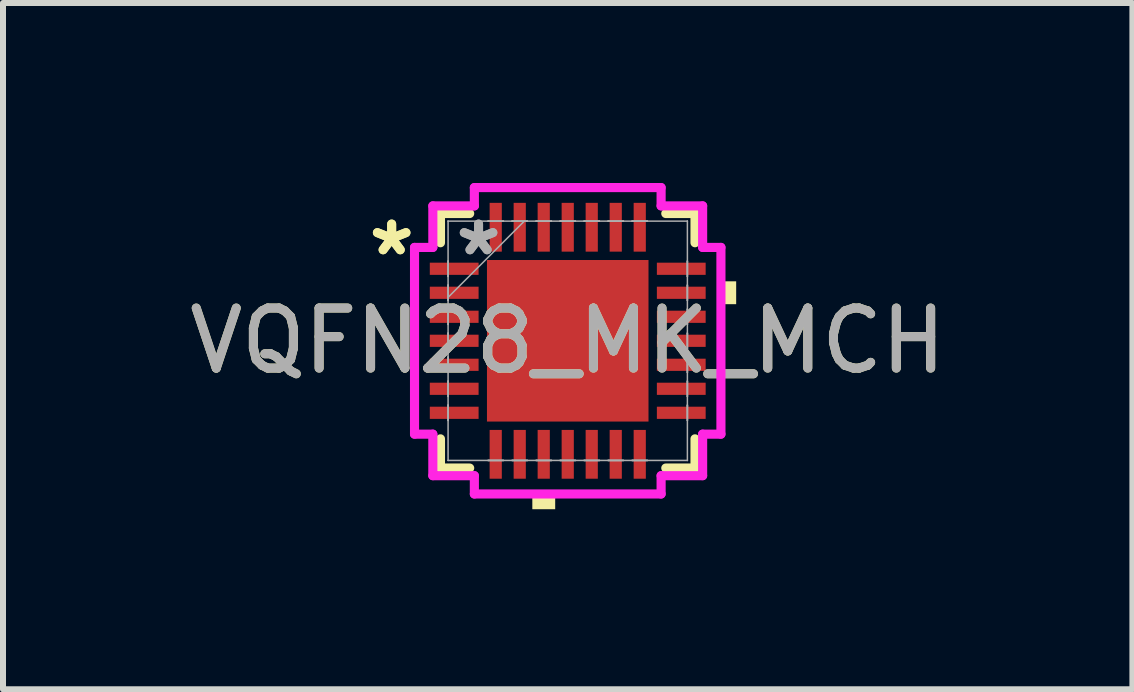
<source format=kicad_pcb>
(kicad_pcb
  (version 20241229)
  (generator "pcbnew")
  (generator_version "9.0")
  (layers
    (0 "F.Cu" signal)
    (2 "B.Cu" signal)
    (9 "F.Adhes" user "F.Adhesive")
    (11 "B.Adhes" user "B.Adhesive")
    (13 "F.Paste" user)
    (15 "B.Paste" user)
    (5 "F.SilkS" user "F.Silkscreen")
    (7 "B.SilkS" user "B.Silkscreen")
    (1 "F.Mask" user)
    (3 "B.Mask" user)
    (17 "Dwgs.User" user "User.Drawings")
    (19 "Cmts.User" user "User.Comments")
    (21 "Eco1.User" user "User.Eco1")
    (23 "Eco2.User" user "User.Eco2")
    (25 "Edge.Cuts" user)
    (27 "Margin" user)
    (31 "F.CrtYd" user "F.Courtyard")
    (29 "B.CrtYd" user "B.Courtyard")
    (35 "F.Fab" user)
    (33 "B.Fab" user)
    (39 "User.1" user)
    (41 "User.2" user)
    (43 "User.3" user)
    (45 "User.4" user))
  (footprint "VQFN28_MK_MCH"
    (layer "F.Cu")
    (at 6.411 2.629)
    (property "Reference" "VQFN28_MK_MCH" (at 0 0 0) (unlocked yes) (layer "F.SilkS") (effects (font (size 1 1) (thickness 0.15))))
    (attr smd)
    (fp_line (start -2.121 -2.121) (end -2.121 -1.634) (stroke (width 0.152) (type solid)) (layer "F.SilkS"))
    (fp_line (start -2.121 1.634) (end -2.121 2.121) (stroke (width 0.152) (type solid)) (layer "F.SilkS"))
    (fp_line (start -2.121 2.121) (end -1.634 2.121) (stroke (width 0.152) (type solid)) (layer "F.SilkS"))
    (fp_line (start -1.634 -2.121) (end -2.121 -2.121) (stroke (width 0.152) (type solid)) (layer "F.SilkS"))
    (fp_line (start 1.634 2.121) (end 2.121 2.121) (stroke (width 0.152) (type solid)) (layer "F.SilkS"))
    (fp_line (start 2.121 -2.121) (end 1.634 -2.121) (stroke (width 0.152) (type solid)) (layer "F.SilkS"))
    (fp_line (start 2.121 -1.634) (end 2.121 -2.121) (stroke (width 0.152) (type solid)) (layer "F.SilkS"))
    (fp_line (start 2.121 2.121) (end 2.121 1.634) (stroke (width 0.152) (type solid)) (layer "F.SilkS"))
    (fp_poly (pts (xy -0.59 2.553) (xy -0.59 2.807) (xy -0.209 2.807) (xy -0.209 2.553)) (stroke (width 0) (type solid)) (fill yes) (layer "F.SilkS"))
    (fp_poly (pts (xy 2.807 -0.991) (xy 2.807 -0.61) (xy 2.553 -0.61) (xy 2.553 -0.991)) (stroke (width 0) (type solid)) (fill yes) (layer "F.SilkS"))
    (fp_poly (pts (xy -1.246 -1.246) (xy -1.246 -0.1) (xy -0.1 -0.1) (xy -0.1 -1.246)) (stroke (width 0) (type solid)) (fill yes) (layer "F.Paste"))
    (fp_poly (pts (xy -1.246 0.1) (xy -1.246 1.246) (xy -0.1 1.246) (xy -0.1 0.1)) (stroke (width 0) (type solid)) (fill yes) (layer "F.Paste"))
    (fp_poly (pts (xy 0.1 -1.246) (xy 0.1 -0.1) (xy 1.246 -0.1) (xy 1.246 -1.246)) (stroke (width 0) (type solid)) (fill yes) (layer "F.Paste"))
    (fp_poly (pts (xy 0.1 0.1) (xy 0.1 1.246) (xy 1.246 1.246) (xy 1.246 0.1)) (stroke (width 0) (type solid)) (fill yes) (layer "F.Paste"))
    (fp_line (start -2.553 -1.556) (end -2.248 -1.556) (stroke (width 0.152) (type solid)) (layer "F.CrtYd"))
    (fp_line (start -2.553 1.556) (end -2.553 -1.556) (stroke (width 0.152) (type solid)) (layer "F.CrtYd"))
    (fp_line (start -2.248 -2.248) (end -1.556 -2.248) (stroke (width 0.152) (type solid)) (layer "F.CrtYd"))
    (fp_line (start -2.248 -1.556) (end -2.248 -2.248) (stroke (width 0.152) (type solid)) (layer "F.CrtYd"))
    (fp_line (start -2.248 1.556) (end -2.553 1.556) (stroke (width 0.152) (type solid)) (layer "F.CrtYd"))
    (fp_line (start -2.248 2.248) (end -2.248 1.556) (stroke (width 0.152) (type solid)) (layer "F.CrtYd"))
    (fp_line (start -1.556 -2.553) (end 1.556 -2.553) (stroke (width 0.152) (type solid)) (layer "F.CrtYd"))
    (fp_line (start -1.556 -2.248) (end -1.556 -2.553) (stroke (width 0.152) (type solid)) (layer "F.CrtYd"))
    (fp_line (start -1.556 2.248) (end -2.248 2.248) (stroke (width 0.152) (type solid)) (layer "F.CrtYd"))
    (fp_line (start -1.556 2.553) (end -1.556 2.248) (stroke (width 0.152) (type solid)) (layer "F.CrtYd"))
    (fp_line (start 1.556 -2.553) (end 1.556 -2.248) (stroke (width 0.152) (type solid)) (layer "F.CrtYd"))
    (fp_line (start 1.556 -2.248) (end 2.248 -2.248) (stroke (width 0.152) (type solid)) (layer "F.CrtYd"))
    (fp_line (start 1.556 2.248) (end 1.556 2.553) (stroke (width 0.152) (type solid)) (layer "F.CrtYd"))
    (fp_line (start 1.556 2.553) (end -1.556 2.553) (stroke (width 0.152) (type solid)) (layer "F.CrtYd"))
    (fp_line (start 2.248 -2.248) (end 2.248 -1.556) (stroke (width 0.152) (type solid)) (layer "F.CrtYd"))
    (fp_line (start 2.248 -1.556) (end 2.553 -1.556) (stroke (width 0.152) (type solid)) (layer "F.CrtYd"))
    (fp_line (start 2.248 1.556) (end 2.248 2.248) (stroke (width 0.152) (type solid)) (layer "F.CrtYd"))
    (fp_line (start 2.248 2.248) (end 1.556 2.248) (stroke (width 0.152) (type solid)) (layer "F.CrtYd"))
    (fp_line (start 2.553 -1.556) (end 2.553 1.556) (stroke (width 0.152) (type solid)) (layer "F.CrtYd"))
    (fp_line (start 2.553 1.556) (end 2.248 1.556) (stroke (width 0.152) (type solid)) (layer "F.CrtYd"))
    (fp_line (start -1.994 -1.994) (end -1.994 -1.994) (stroke (width 0.025) (type solid)) (layer "F.Fab"))
    (fp_line (start -1.994 -1.994) (end -1.994 1.994) (stroke (width 0.025) (type solid)) (layer "F.Fab"))
    (fp_line (start -1.994 -1.327) (end -1.994 -1.327) (stroke (width 0.025) (type solid)) (layer "F.Fab"))
    (fp_line (start -1.994 -1.327) (end -1.994 -1.073) (stroke (width 0.025) (type solid)) (layer "F.Fab"))
    (fp_line (start -1.994 -1.073) (end -1.994 -1.327) (stroke (width 0.025) (type solid)) (layer "F.Fab"))
    (fp_line (start -1.994 -1.073) (end -1.994 -1.073) (stroke (width 0.025) (type solid)) (layer "F.Fab"))
    (fp_line (start -1.994 -0.927) (end -1.994 -0.927) (stroke (width 0.025) (type solid)) (layer "F.Fab"))
    (fp_line (start -1.994 -0.927) (end -1.994 -0.673) (stroke (width 0.025) (type solid)) (layer "F.Fab"))
    (fp_line (start -1.994 -0.724) (end -0.724 -1.994) (stroke (width 0.025) (type solid)) (layer "F.Fab"))
    (fp_line (start -1.994 -0.673) (end -1.994 -0.927) (stroke (width 0.025) (type solid)) (layer "F.Fab"))
    (fp_line (start -1.994 -0.673) (end -1.994 -0.673) (stroke (width 0.025) (type solid)) (layer "F.Fab"))
    (fp_line (start -1.994 -0.527) (end -1.994 -0.527) (stroke (width 0.025) (type solid)) (layer "F.Fab"))
    (fp_line (start -1.994 -0.527) (end -1.994 -0.273) (stroke (width 0.025) (type solid)) (layer "F.Fab"))
    (fp_line (start -1.994 -0.273) (end -1.994 -0.527) (stroke (width 0.025) (type solid)) (layer "F.Fab"))
    (fp_line (start -1.994 -0.273) (end -1.994 -0.273) (stroke (width 0.025) (type solid)) (layer "F.Fab"))
    (fp_line (start -1.994 -0.127) (end -1.994 -0.127) (stroke (width 0.025) (type solid)) (layer "F.Fab"))
    (fp_line (start -1.994 -0.127) (end -1.994 0.127) (stroke (width 0.025) (type solid)) (layer "F.Fab"))
    (fp_line (start -1.994 0.127) (end -1.994 -0.127) (stroke (width 0.025) (type solid)) (layer "F.Fab"))
    (fp_line (start -1.994 0.127) (end -1.994 0.127) (stroke (width 0.025) (type solid)) (layer "F.Fab"))
    (fp_line (start -1.994 0.273) (end -1.994 0.273) (stroke (width 0.025) (type solid)) (layer "F.Fab"))
    (fp_line (start -1.994 0.273) (end -1.994 0.527) (stroke (width 0.025) (type solid)) (layer "F.Fab"))
    (fp_line (start -1.994 0.527) (end -1.994 0.273) (stroke (width 0.025) (type solid)) (layer "F.Fab"))
    (fp_line (start -1.994 0.527) (end -1.994 0.527) (stroke (width 0.025) (type solid)) (layer "F.Fab"))
    (fp_line (start -1.994 0.673) (end -1.994 0.673) (stroke (width 0.025) (type solid)) (layer "F.Fab"))
    (fp_line (start -1.994 0.673) (end -1.994 0.927) (stroke (width 0.025) (type solid)) (layer "F.Fab"))
    (fp_line (start -1.994 0.927) (end -1.994 0.673) (stroke (width 0.025) (type solid)) (layer "F.Fab"))
    (fp_line (start -1.994 0.927) (end -1.994 0.927) (stroke (width 0.025) (type solid)) (layer "F.Fab"))
    (fp_line (start -1.994 1.073) (end -1.994 1.073) (stroke (width 0.025) (type solid)) (layer "F.Fab"))
    (fp_line (start -1.994 1.073) (end -1.994 1.327) (stroke (width 0.025) (type solid)) (layer "F.Fab"))
    (fp_line (start -1.994 1.327) (end -1.994 1.073) (stroke (width 0.025) (type solid)) (layer "F.Fab"))
    (fp_line (start -1.994 1.327) (end -1.994 1.327) (stroke (width 0.025) (type solid)) (layer "F.Fab"))
    (fp_line (start -1.994 1.994) (end -1.994 1.994) (stroke (width 0.025) (type solid)) (layer "F.Fab"))
    (fp_line (start -1.994 1.994) (end 1.994 1.994) (stroke (width 0.025) (type solid)) (layer "F.Fab"))
    (fp_line (start -1.327 -1.994) (end -1.327 -1.994) (stroke (width 0.025) (type solid)) (layer "F.Fab"))
    (fp_line (start -1.327 -1.994) (end -1.073 -1.994) (stroke (width 0.025) (type solid)) (layer "F.Fab"))
    (fp_line (start -1.327 1.994) (end -1.327 1.994) (stroke (width 0.025) (type solid)) (layer "F.Fab"))
    (fp_line (start -1.327 1.994) (end -1.073 1.994) (stroke (width 0.025) (type solid)) (layer "F.Fab"))
    (fp_line (start -1.073 -1.994) (end -1.327 -1.994) (stroke (width 0.025) (type solid)) (layer "F.Fab"))
    (fp_line (start -1.073 -1.994) (end -1.073 -1.994) (stroke (width 0.025) (type solid)) (layer "F.Fab"))
    (fp_line (start -1.073 1.994) (end -1.327 1.994) (stroke (width 0.025) (type solid)) (layer "F.Fab"))
    (fp_line (start -1.073 1.994) (end -1.073 1.994) (stroke (width 0.025) (type solid)) (layer "F.Fab"))
    (fp_line (start -0.927 -1.994) (end -0.927 -1.994) (stroke (width 0.025) (type solid)) (layer "F.Fab"))
    (fp_line (start -0.927 -1.994) (end -0.673 -1.994) (stroke (width 0.025) (type solid)) (layer "F.Fab"))
    (fp_line (start -0.927 1.994) (end -0.927 1.994) (stroke (width 0.025) (type solid)) (layer "F.Fab"))
    (fp_line (start -0.927 1.994) (end -0.673 1.994) (stroke (width 0.025) (type solid)) (layer "F.Fab"))
    (fp_line (start -0.673 -1.994) (end -0.927 -1.994) (stroke (width 0.025) (type solid)) (layer "F.Fab"))
    (fp_line (start -0.673 -1.994) (end -0.673 -1.994) (stroke (width 0.025) (type solid)) (layer "F.Fab"))
    (fp_line (start -0.673 1.994) (end -0.927 1.994) (stroke (width 0.025) (type solid)) (layer "F.Fab"))
    (fp_line (start -0.673 1.994) (end -0.673 1.994) (stroke (width 0.025) (type solid)) (layer "F.Fab"))
    (fp_line (start -0.527 -1.994) (end -0.527 -1.994) (stroke (width 0.025) (type solid)) (layer "F.Fab"))
    (fp_line (start -0.527 -1.994) (end -0.273 -1.994) (stroke (width 0.025) (type solid)) (layer "F.Fab"))
    (fp_line (start -0.527 1.994) (end -0.527 1.994) (stroke (width 0.025) (type solid)) (layer "F.Fab"))
    (fp_line (start -0.527 1.994) (end -0.273 1.994) (stroke (width 0.025) (type solid)) (layer "F.Fab"))
    (fp_line (start -0.273 -1.994) (end -0.527 -1.994) (stroke (width 0.025) (type solid)) (layer "F.Fab"))
    (fp_line (start -0.273 -1.994) (end -0.273 -1.994) (stroke (width 0.025) (type solid)) (layer "F.Fab"))
    (fp_line (start -0.273 1.994) (end -0.527 1.994) (stroke (width 0.025) (type solid)) (layer "F.Fab"))
    (fp_line (start -0.273 1.994) (end -0.273 1.994) (stroke (width 0.025) (type solid)) (layer "F.Fab"))
    (fp_line (start -0.127 -1.994) (end -0.127 -1.994) (stroke (width 0.025) (type solid)) (layer "F.Fab"))
    (fp_line (start -0.127 -1.994) (end 0.127 -1.994) (stroke (width 0.025) (type solid)) (layer "F.Fab"))
    (fp_line (start -0.127 1.994) (end -0.127 1.994) (stroke (width 0.025) (type solid)) (layer "F.Fab"))
    (fp_line (start -0.127 1.994) (end 0.127 1.994) (stroke (width 0.025) (type solid)) (layer "F.Fab"))
    (fp_line (start 0.127 -1.994) (end -0.127 -1.994) (stroke (width 0.025) (type solid)) (layer "F.Fab"))
    (fp_line (start 0.127 -1.994) (end 0.127 -1.994) (stroke (width 0.025) (type solid)) (layer "F.Fab"))
    (fp_line (start 0.127 1.994) (end -0.127 1.994) (stroke (width 0.025) (type solid)) (layer "F.Fab"))
    (fp_line (start 0.127 1.994) (end 0.127 1.994) (stroke (width 0.025) (type solid)) (layer "F.Fab"))
    (fp_line (start 0.273 -1.994) (end 0.273 -1.994) (stroke (width 0.025) (type solid)) (layer "F.Fab"))
    (fp_line (start 0.273 -1.994) (end 0.527 -1.994) (stroke (width 0.025) (type solid)) (layer "F.Fab"))
    (fp_line (start 0.273 1.994) (end 0.273 1.994) (stroke (width 0.025) (type solid)) (layer "F.Fab"))
    (fp_line (start 0.273 1.994) (end 0.527 1.994) (stroke (width 0.025) (type solid)) (layer "F.Fab"))
    (fp_line (start 0.527 -1.994) (end 0.273 -1.994) (stroke (width 0.025) (type solid)) (layer "F.Fab"))
    (fp_line (start 0.527 -1.994) (end 0.527 -1.994) (stroke (width 0.025) (type solid)) (layer "F.Fab"))
    (fp_line (start 0.527 1.994) (end 0.273 1.994) (stroke (width 0.025) (type solid)) (layer "F.Fab"))
    (fp_line (start 0.527 1.994) (end 0.527 1.994) (stroke (width 0.025) (type solid)) (layer "F.Fab"))
    (fp_line (start 0.673 -1.994) (end 0.673 -1.994) (stroke (width 0.025) (type solid)) (layer "F.Fab"))
    (fp_line (start 0.673 -1.994) (end 0.927 -1.994) (stroke (width 0.025) (type solid)) (layer "F.Fab"))
    (fp_line (start 0.673 1.994) (end 0.673 1.994) (stroke (width 0.025) (type solid)) (layer "F.Fab"))
    (fp_line (start 0.673 1.994) (end 0.927 1.994) (stroke (width 0.025) (type solid)) (layer "F.Fab"))
    (fp_line (start 0.927 -1.994) (end 0.673 -1.994) (stroke (width 0.025) (type solid)) (layer "F.Fab"))
    (fp_line (start 0.927 -1.994) (end 0.927 -1.994) (stroke (width 0.025) (type solid)) (layer "F.Fab"))
    (fp_line (start 0.927 1.994) (end 0.673 1.994) (stroke (width 0.025) (type solid)) (layer "F.Fab"))
    (fp_line (start 0.927 1.994) (end 0.927 1.994) (stroke (width 0.025) (type solid)) (layer "F.Fab"))
    (fp_line (start 1.073 -1.994) (end 1.073 -1.994) (stroke (width 0.025) (type solid)) (layer "F.Fab"))
    (fp_line (start 1.073 -1.994) (end 1.327 -1.994) (stroke (width 0.025) (type solid)) (layer "F.Fab"))
    (fp_line (start 1.073 1.994) (end 1.073 1.994) (stroke (width 0.025) (type solid)) (layer "F.Fab"))
    (fp_line (start 1.073 1.994) (end 1.327 1.994) (stroke (width 0.025) (type solid)) (layer "F.Fab"))
    (fp_line (start 1.327 -1.994) (end 1.073 -1.994) (stroke (width 0.025) (type solid)) (layer "F.Fab"))
    (fp_line (start 1.327 -1.994) (end 1.327 -1.994) (stroke (width 0.025) (type solid)) (layer "F.Fab"))
    (fp_line (start 1.327 1.994) (end 1.073 1.994) (stroke (width 0.025) (type solid)) (layer "F.Fab"))
    (fp_line (start 1.327 1.994) (end 1.327 1.994) (stroke (width 0.025) (type solid)) (layer "F.Fab"))
    (fp_line (start 1.994 -1.994) (end -1.994 -1.994) (stroke (width 0.025) (type solid)) (layer "F.Fab"))
    (fp_line (start 1.994 -1.994) (end 1.994 -1.994) (stroke (width 0.025) (type solid)) (layer "F.Fab"))
    (fp_line (start 1.994 -1.327) (end 1.994 -1.327) (stroke (width 0.025) (type solid)) (layer "F.Fab"))
    (fp_line (start 1.994 -1.327) (end 1.994 -1.073) (stroke (width 0.025) (type solid)) (layer "F.Fab"))
    (fp_line (start 1.994 -1.073) (end 1.994 -1.327) (stroke (width 0.025) (type solid)) (layer "F.Fab"))
    (fp_line (start 1.994 -1.073) (end 1.994 -1.073) (stroke (width 0.025) (type solid)) (layer "F.Fab"))
    (fp_line (start 1.994 -0.927) (end 1.994 -0.927) (stroke (width 0.025) (type solid)) (layer "F.Fab"))
    (fp_line (start 1.994 -0.927) (end 1.994 -0.673) (stroke (width 0.025) (type solid)) (layer "F.Fab"))
    (fp_line (start 1.994 -0.673) (end 1.994 -0.927) (stroke (width 0.025) (type solid)) (layer "F.Fab"))
    (fp_line (start 1.994 -0.673) (end 1.994 -0.673) (stroke (width 0.025) (type solid)) (layer "F.Fab"))
    (fp_line (start 1.994 -0.527) (end 1.994 -0.527) (stroke (width 0.025) (type solid)) (layer "F.Fab"))
    (fp_line (start 1.994 -0.527) (end 1.994 -0.273) (stroke (width 0.025) (type solid)) (layer "F.Fab"))
    (fp_line (start 1.994 -0.273) (end 1.994 -0.527) (stroke (width 0.025) (type solid)) (layer "F.Fab"))
    (fp_line (start 1.994 -0.273) (end 1.994 -0.273) (stroke (width 0.025) (type solid)) (layer "F.Fab"))
    (fp_line (start 1.994 -0.127) (end 1.994 -0.127) (stroke (width 0.025) (type solid)) (layer "F.Fab"))
    (fp_line (start 1.994 -0.127) (end 1.994 0.127) (stroke (width 0.025) (type solid)) (layer "F.Fab"))
    (fp_line (start 1.994 0.127) (end 1.994 -0.127) (stroke (width 0.025) (type solid)) (layer "F.Fab"))
    (fp_line (start 1.994 0.127) (end 1.994 0.127) (stroke (width 0.025) (type solid)) (layer "F.Fab"))
    (fp_line (start 1.994 0.273) (end 1.994 0.273) (stroke (width 0.025) (type solid)) (layer "F.Fab"))
    (fp_line (start 1.994 0.273) (end 1.994 0.527) (stroke (width 0.025) (type solid)) (layer "F.Fab"))
    (fp_line (start 1.994 0.527) (end 1.994 0.273) (stroke (width 0.025) (type solid)) (layer "F.Fab"))
    (fp_line (start 1.994 0.527) (end 1.994 0.527) (stroke (width 0.025) (type solid)) (layer "F.Fab"))
    (fp_line (start 1.994 0.673) (end 1.994 0.673) (stroke (width 0.025) (type solid)) (layer "F.Fab"))
    (fp_line (start 1.994 0.673) (end 1.994 0.927) (stroke (width 0.025) (type solid)) (layer "F.Fab"))
    (fp_line (start 1.994 0.927) (end 1.994 0.673) (stroke (width 0.025) (type solid)) (layer "F.Fab"))
    (fp_line (start 1.994 0.927) (end 1.994 0.927) (stroke (width 0.025) (type solid)) (layer "F.Fab"))
    (fp_line (start 1.994 1.073) (end 1.994 1.073) (stroke (width 0.025) (type solid)) (layer "F.Fab"))
    (fp_line (start 1.994 1.073) (end 1.994 1.327) (stroke (width 0.025) (type solid)) (layer "F.Fab"))
    (fp_line (start 1.994 1.327) (end 1.994 1.073) (stroke (width 0.025) (type solid)) (layer "F.Fab"))
    (fp_line (start 1.994 1.327) (end 1.994 1.327) (stroke (width 0.025) (type solid)) (layer "F.Fab"))
    (fp_line (start 1.994 1.994) (end 1.994 -1.994) (stroke (width 0.025) (type solid)) (layer "F.Fab"))
    (fp_line (start 1.994 1.994) (end 1.994 1.994) (stroke (width 0.025) (type solid)) (layer "F.Fab"))
    (fp_text user "*" (at -2.934 -1.4 0) (unlocked yes) (layer "F.SilkS") (effects (font (size 1 1) (thickness 0.15))))
    (fp_text user "*" (at -2.934 -1.4 0) (layer "F.SilkS") (effects (font (size 1 1) (thickness 0.15))))
    (fp_text user "${REFERENCE}" (at 0 0 0) (unlocked yes) (layer "F.Fab") (effects (font (size 1 1) (thickness 0.15))))
    (fp_text user "*" (at -1.486 -1.4 0) (unlocked yes) (layer "F.Fab") (effects (font (size 1 1) (thickness 0.15))))
    (fp_text user "*" (at -1.486 -1.4 0) (layer "F.Fab") (effects (font (size 1 1) (thickness 0.15))))
    (pad "1" smd rect (at -1.892 -1.2 90) (size 0.203 0.813) (layers "F.Cu" "F.Mask" "F.Paste"))
    (pad "2" smd rect (at -1.892 -0.8 90) (size 0.203 0.813) (layers "F.Cu" "F.Mask" "F.Paste"))
    (pad "3" smd rect (at -1.892 -0.4 90) (size 0.203 0.813) (layers "F.Cu" "F.Mask" "F.Paste"))
    (pad "4" smd rect (at -1.892 0 90) (size 0.203 0.813) (layers "F.Cu" "F.Mask" "F.Paste"))
    (pad "5" smd rect (at -1.892 0.4 90) (size 0.203 0.813) (layers "F.Cu" "F.Mask" "F.Paste"))
    (pad "6" smd rect (at -1.892 0.8 90) (size 0.203 0.813) (layers "F.Cu" "F.Mask" "F.Paste"))
    (pad "7" smd rect (at -1.892 1.2 90) (size 0.203 0.813) (layers "F.Cu" "F.Mask" "F.Paste"))
    (pad "8" smd rect (at -1.2 1.892) (size 0.203 0.813) (layers "F.Cu" "F.Mask" "F.Paste"))
    (pad "9" smd rect (at -0.8 1.892) (size 0.203 0.813) (layers "F.Cu" "F.Mask" "F.Paste"))
    (pad "10" smd rect (at -0.4 1.892) (size 0.203 0.813) (layers "F.Cu" "F.Mask" "F.Paste"))
    (pad "11" smd rect (at 0 1.892) (size 0.203 0.813) (layers "F.Cu" "F.Mask" "F.Paste"))
    (pad "12" smd rect (at 0.4 1.892) (size 0.203 0.813) (layers "F.Cu" "F.Mask" "F.Paste"))
    (pad "13" smd rect (at 0.8 1.892) (size 0.203 0.813) (layers "F.Cu" "F.Mask" "F.Paste"))
    (pad "14" smd rect (at 1.2 1.892) (size 0.203 0.813) (layers "F.Cu" "F.Mask" "F.Paste"))
    (pad "15" smd rect (at 1.892 1.2 90) (size 0.203 0.813) (layers "F.Cu" "F.Mask" "F.Paste"))
    (pad "16" smd rect (at 1.892 0.8 90) (size 0.203 0.813) (layers "F.Cu" "F.Mask" "F.Paste"))
    (pad "17" smd rect (at 1.892 0.4 90) (size 0.203 0.813) (layers "F.Cu" "F.Mask" "F.Paste"))
    (pad "18" smd rect (at 1.892 0 90) (size 0.203 0.813) (layers "F.Cu" "F.Mask" "F.Paste"))
    (pad "19" smd rect (at 1.892 -0.4 90) (size 0.203 0.813) (layers "F.Cu" "F.Mask" "F.Paste"))
    (pad "20" smd rect (at 1.892 -0.8 90) (size 0.203 0.813) (layers "F.Cu" "F.Mask" "F.Paste"))
    (pad "21" smd rect (at 1.892 -1.2 90) (size 0.203 0.813) (layers "F.Cu" "F.Mask" "F.Paste"))
    (pad "22" smd rect (at 1.2 -1.892) (size 0.203 0.813) (layers "F.Cu" "F.Mask" "F.Paste"))
    (pad "23" smd rect (at 0.8 -1.892) (size 0.203 0.813) (layers "F.Cu" "F.Mask" "F.Paste"))
    (pad "24" smd rect (at 0.4 -1.892) (size 0.203 0.813) (layers "F.Cu" "F.Mask" "F.Paste"))
    (pad "25" smd rect (at 0 -1.892) (size 0.203 0.813) (layers "F.Cu" "F.Mask" "F.Paste"))
    (pad "26" smd rect (at -0.4 -1.892) (size 0.203 0.813) (layers "F.Cu" "F.Mask" "F.Paste"))
    (pad "27" smd rect (at -0.8 -1.892) (size 0.203 0.813) (layers "F.Cu" "F.Mask" "F.Paste"))
    (pad "28" smd rect (at -1.2 -1.892) (size 0.203 0.813) (layers "F.Cu" "F.Mask" "F.Paste"))
    (pad "29" smd rect (at 0 0) (size 2.692 2.692) (layers "F.Cu" "F.Mask" "F.Paste")))
  (gr_rect
    (start -3 -3)
    (end 15.821 8.436)
    (stroke (width 0.1) (type default))
    (fill no)
    (layer "Edge.Cuts")))
</source>
